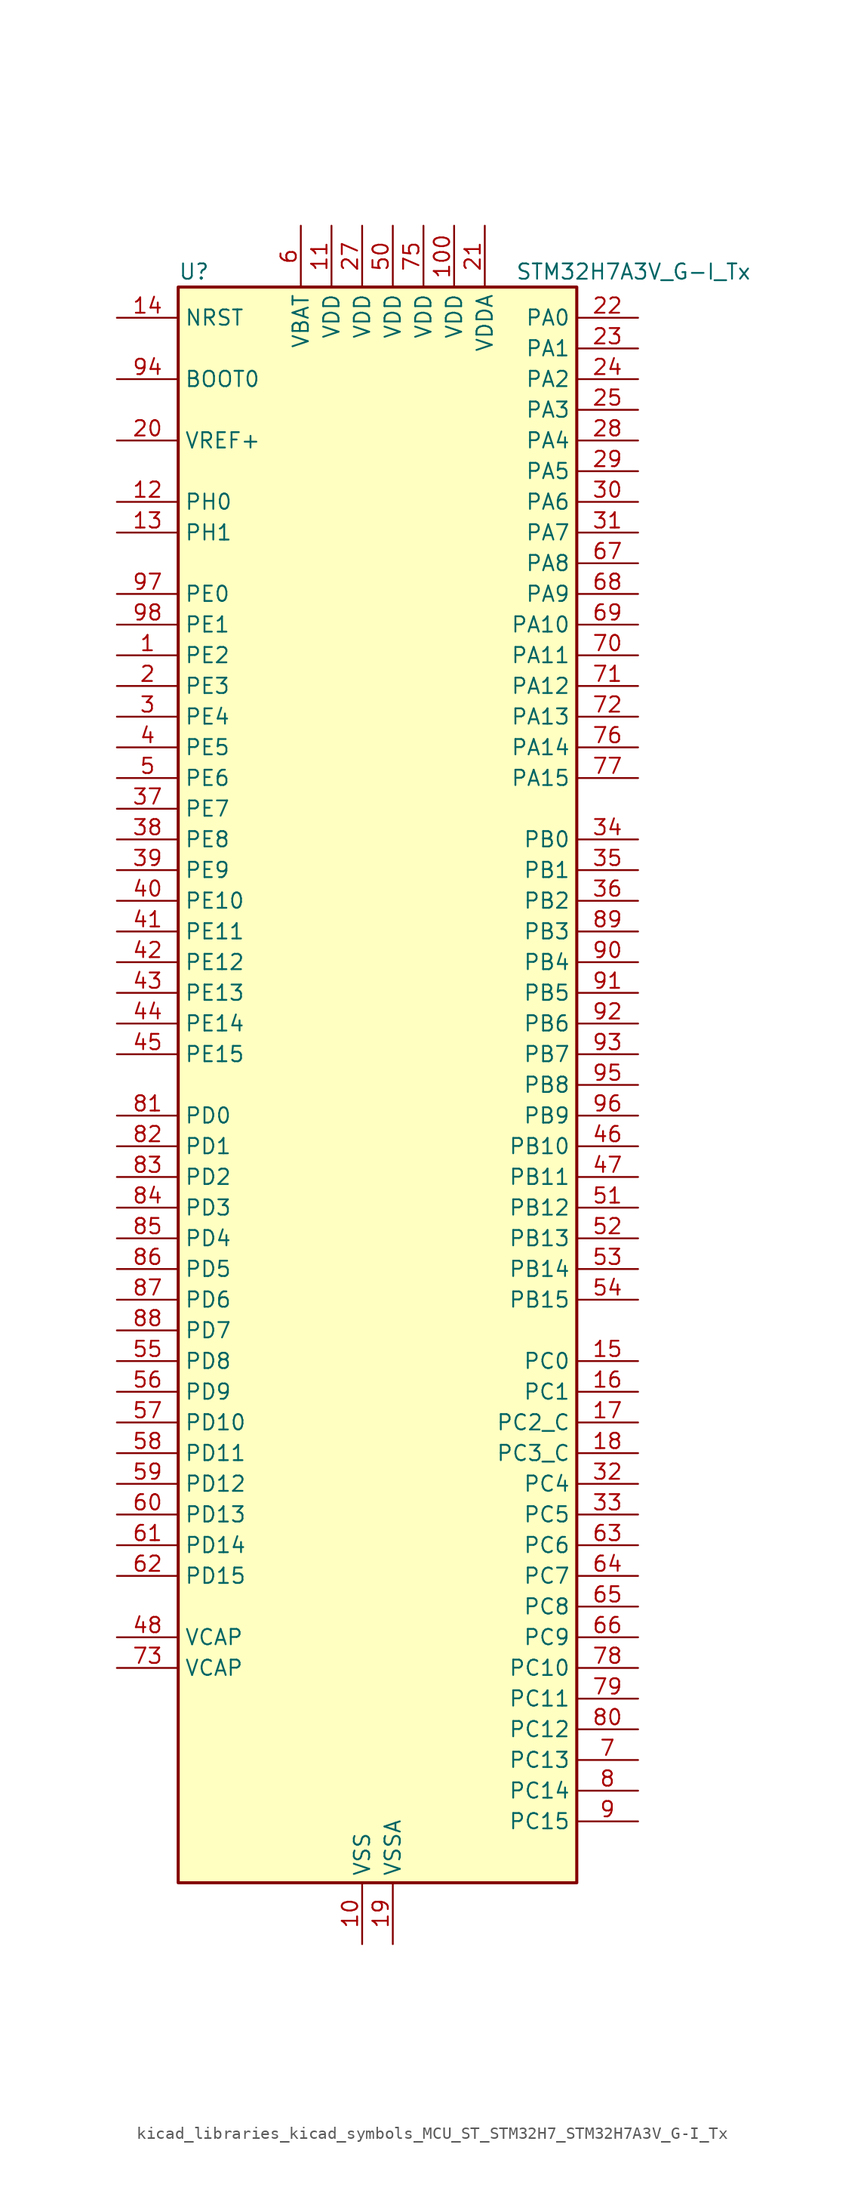
<source format=kicad_sym>
(kicad_symbol_lib
  (version 20220914)
  (generator kicad_symbol_editor)
  (symbol "kicad_libraries_kicad_symbols_MCU_ST_STM32H7_STM32H7A3V_G-I_Tx"
    (property "Reference" "U"
      (at -15.24 67.31 0)
      (effects (font (size 1.27 1.27)) (justify left)))
    (property "Value" "STM32H7A3V_G-I_Tx"
      (at 12.7 67.31 0)
      (effects (font (size 1.27 1.27)) (justify left)))
    (property "ki_locked" ""
      (at 0 0 0)
      (effects (font (size 1.27 1.27))))
    (symbol "kicad_libraries_kicad_symbols_MCU_ST_STM32H7_STM32H7A3V_G-I_Tx_0_1"
      (rectangle (start -15.24 -66.04) (end 17.78 66.04) (stroke (width 0.254) (type default)) (fill (type background))))
    (symbol "kicad_libraries_kicad_symbols_MCU_ST_STM32H7_STM32H7A3V_G-I_Tx_1_1"
      (pin bidirectional line (at -20.32 35.56 0) (length 5.08) (name "PE2" (effects (font (size 1.27 1.27)))) (number "1" (effects (font (size 1.27 1.27)))) (alternate "DEBUG_TRACECLK" bidirectional line) (alternate "FMC_A23" bidirectional line) (alternate "OCTOSPIM_P1_IO2" bidirectional line) (alternate "SAI1_CK1" bidirectional line) (alternate "SAI1_MCLK_A" bidirectional line) (alternate "SPI4_SCK" bidirectional line) (alternate "USART10_RX" bidirectional line))
      (pin power_in line (at 0 -71.12 90) (length 5.08) (name "VSS" (effects (font (size 1.27 1.27)))) (number "10" (effects (font (size 1.27 1.27)))))
      (pin power_in line (at 7.62 71.12 270) (length 5.08) (name "VDD" (effects (font (size 1.27 1.27)))) (number "100" (effects (font (size 1.27 1.27)))))
      (pin power_in line (at -2.54 71.12 270) (length 5.08) (name "VDD" (effects (font (size 1.27 1.27)))) (number "11" (effects (font (size 1.27 1.27)))))
      (pin bidirectional line (at -20.32 48.26 0) (length 5.08) (name "PH0" (effects (font (size 1.27 1.27)))) (number "12" (effects (font (size 1.27 1.27)))) (alternate "RCC_OSC_IN" bidirectional line))
      (pin bidirectional line (at -20.32 45.72 0) (length 5.08) (name "PH1" (effects (font (size 1.27 1.27)))) (number "13" (effects (font (size 1.27 1.27)))) (alternate "RCC_OSC_OUT" bidirectional line))
      (pin input line (at -20.32 63.5 0) (length 5.08) (name "NRST" (effects (font (size 1.27 1.27)))) (number "14" (effects (font (size 1.27 1.27)))))
      (pin bidirectional line (at 22.86 -22.86 180) (length 5.08) (name "PC0" (effects (font (size 1.27 1.27)))) (number "15" (effects (font (size 1.27 1.27)))) (alternate "ADC1_INP10" bidirectional line) (alternate "ADC2_INP10" bidirectional line) (alternate "DFSDM1_CKIN0" bidirectional line) (alternate "DFSDM1_DATIN4" bidirectional line) (alternate "FMC_A25" bidirectional line) (alternate "FMC_SDNWE" bidirectional line) (alternate "LTDC_G2" bidirectional line) (alternate "LTDC_R5" bidirectional line) (alternate "SAI2_FS_B" bidirectional line) (alternate "USB_OTG_HS_ULPI_STP" bidirectional line))
      (pin bidirectional line (at 22.86 -25.4 180) (length 5.08) (name "PC1" (effects (font (size 1.27 1.27)))) (number "16" (effects (font (size 1.27 1.27)))) (alternate "ADC1_INN10" bidirectional line) (alternate "ADC1_INP11" bidirectional line) (alternate "ADC2_INN10" bidirectional line) (alternate "ADC2_INP11" bidirectional line) (alternate "DEBUG_TRACED0" bidirectional line) (alternate "DFSDM1_CKIN4" bidirectional line) (alternate "DFSDM1_DATIN0" bidirectional line) (alternate "I2S2_SDO" bidirectional line) (alternate "LTDC_G5" bidirectional line) (alternate "MDIOS_MDC" bidirectional line) (alternate "OCTOSPIM_P1_IO4" bidirectional line) (alternate "PWR_WKUP6" bidirectional line) (alternate "RTC_TAMP3" bidirectional line) (alternate "SAI1_D1" bidirectional line) (alternate "SAI1_SD_A" bidirectional line) (alternate "SDMMC2_CK" bidirectional line) (alternate "SPI2_MOSI" bidirectional line))
      (pin bidirectional line (at 22.86 -27.94 180) (length 5.08) (name "PC2_C" (effects (font (size 1.27 1.27)))) (number "17" (effects (font (size 1.27 1.27)))) (alternate "ADC2_INN1" bidirectional line) (alternate "ADC2_INP0" bidirectional line) (alternate "DFSDM1_CKIN1" bidirectional line) (alternate "DFSDM1_CKOUT" bidirectional line) (alternate "FMC_SDNE0" bidirectional line) (alternate "I2S2_SDI" bidirectional line) (alternate "OCTOSPIM_P1_IO2" bidirectional line) (alternate "OCTOSPIM_P1_IO5" bidirectional line) (alternate "PWR_CSTOP" bidirectional line) (alternate "SPI2_MISO" bidirectional line) (alternate "USB_OTG_HS_ULPI_DIR" bidirectional line))
      (pin bidirectional line (at 22.86 -30.48 180) (length 5.08) (name "PC3_C" (effects (font (size 1.27 1.27)))) (number "18" (effects (font (size 1.27 1.27)))) (alternate "ADC2_INP1" bidirectional line) (alternate "DFSDM1_DATIN1" bidirectional line) (alternate "FMC_SDCKE0" bidirectional line) (alternate "I2S2_SDO" bidirectional line) (alternate "OCTOSPIM_P1_IO0" bidirectional line) (alternate "OCTOSPIM_P1_IO6" bidirectional line) (alternate "PWR_CSLEEP" bidirectional line) (alternate "SPI2_MOSI" bidirectional line) (alternate "USB_OTG_HS_ULPI_NXT" bidirectional line))
      (pin power_in line (at 2.54 -71.12 90) (length 5.08) (name "VSSA" (effects (font (size 1.27 1.27)))) (number "19" (effects (font (size 1.27 1.27)))))
      (pin bidirectional line (at -20.32 33.02 0) (length 5.08) (name "PE3" (effects (font (size 1.27 1.27)))) (number "2" (effects (font (size 1.27 1.27)))) (alternate "DEBUG_TRACED0" bidirectional line) (alternate "FMC_A19" bidirectional line) (alternate "SAI1_SD_B" bidirectional line) (alternate "TIM15_BKIN" bidirectional line) (alternate "USART10_TX" bidirectional line))
      (pin input line (at -20.32 53.34 0) (length 5.08) (name "VREF+" (effects (font (size 1.27 1.27)))) (number "20" (effects (font (size 1.27 1.27)))) (alternate "VREFBUF_OUT" bidirectional line))
      (pin power_in line (at 10.16 71.12 270) (length 5.08) (name "VDDA" (effects (font (size 1.27 1.27)))) (number "21" (effects (font (size 1.27 1.27)))))
      (pin bidirectional line (at 22.86 63.5 180) (length 5.08) (name "PA0" (effects (font (size 1.27 1.27)))) (number "22" (effects (font (size 1.27 1.27)))) (alternate "ADC1_INP16" bidirectional line) (alternate "I2S6_WS" bidirectional line) (alternate "PWR_WKUP1" bidirectional line) (alternate "SAI2_SD_B" bidirectional line) (alternate "SDMMC2_CMD" bidirectional line) (alternate "SPI6_NSS" bidirectional line) (alternate "TIM15_BKIN" bidirectional line) (alternate "TIM2_CH1" bidirectional line) (alternate "TIM2_ETR" bidirectional line) (alternate "TIM5_CH1" bidirectional line) (alternate "TIM8_ETR" bidirectional line) (alternate "UART4_TX" bidirectional line) (alternate "USART2_CTS" bidirectional line) (alternate "USART2_NSS" bidirectional line))
      (pin bidirectional line (at 22.86 60.96 180) (length 5.08) (name "PA1" (effects (font (size 1.27 1.27)))) (number "23" (effects (font (size 1.27 1.27)))) (alternate "ADC1_INN16" bidirectional line) (alternate "ADC1_INP17" bidirectional line) (alternate "LPTIM3_OUT" bidirectional line) (alternate "LTDC_R2" bidirectional line) (alternate "OCTOSPIM_P1_DQS" bidirectional line) (alternate "OCTOSPIM_P1_IO3" bidirectional line) (alternate "SAI2_MCLK_B" bidirectional line) (alternate "TIM15_CH1N" bidirectional line) (alternate "TIM2_CH2" bidirectional line) (alternate "TIM5_CH2" bidirectional line) (alternate "UART4_RX" bidirectional line) (alternate "USART2_DE" bidirectional line) (alternate "USART2_RTS" bidirectional line))
      (pin bidirectional line (at 22.86 58.42 180) (length 5.08) (name "PA2" (effects (font (size 1.27 1.27)))) (number "24" (effects (font (size 1.27 1.27)))) (alternate "ADC1_INP14" bidirectional line) (alternate "DFSDM2_CKIN1" bidirectional line) (alternate "LTDC_R1" bidirectional line) (alternate "MDIOS_MDIO" bidirectional line) (alternate "PWR_WKUP2" bidirectional line) (alternate "SAI2_SCK_B" bidirectional line) (alternate "TIM15_CH1" bidirectional line) (alternate "TIM2_CH3" bidirectional line) (alternate "TIM5_CH3" bidirectional line) (alternate "USART2_TX" bidirectional line))
      (pin bidirectional line (at 22.86 55.88 180) (length 5.08) (name "PA3" (effects (font (size 1.27 1.27)))) (number "25" (effects (font (size 1.27 1.27)))) (alternate "ADC1_INP15" bidirectional line) (alternate "I2S6_MCK" bidirectional line) (alternate "LTDC_B2" bidirectional line) (alternate "LTDC_B5" bidirectional line) (alternate "OCTOSPIM_P1_CLK" bidirectional line) (alternate "TIM15_CH2" bidirectional line) (alternate "TIM2_CH4" bidirectional line) (alternate "TIM5_CH4" bidirectional line) (alternate "USART2_RX" bidirectional line) (alternate "USB_OTG_HS_ULPI_D0" bidirectional line))
      (pin passive line (at 0 -71.12 90) (length 5.08) hide (name "VSS" (effects (font (size 1.27 1.27)))) (number "26" (effects (font (size 1.27 1.27)))))
      (pin power_in line (at 0 71.12 270) (length 5.08) (name "VDD" (effects (font (size 1.27 1.27)))) (number "27" (effects (font (size 1.27 1.27)))))
      (pin bidirectional line (at 22.86 53.34 180) (length 5.08) (name "PA4" (effects (font (size 1.27 1.27)))) (number "28" (effects (font (size 1.27 1.27)))) (alternate "ADC1_INP18" bidirectional line) (alternate "DAC1_OUT1" bidirectional line) (alternate "DCMI_HSYNC" bidirectional line) (alternate "I2S1_WS" bidirectional line) (alternate "I2S3_WS" bidirectional line) (alternate "I2S6_WS" bidirectional line) (alternate "LTDC_VSYNC" bidirectional line) (alternate "PSSI_DE" bidirectional line) (alternate "SPI1_NSS" bidirectional line) (alternate "SPI3_NSS" bidirectional line) (alternate "SPI6_NSS" bidirectional line) (alternate "TIM5_ETR" bidirectional line) (alternate "USART2_CK" bidirectional line))
      (pin bidirectional line (at 22.86 50.8 180) (length 5.08) (name "PA5" (effects (font (size 1.27 1.27)))) (number "29" (effects (font (size 1.27 1.27)))) (alternate "ADC1_INN18" bidirectional line) (alternate "ADC1_INP19" bidirectional line) (alternate "DAC1_OUT2" bidirectional line) (alternate "I2S1_CK" bidirectional line) (alternate "I2S6_CK" bidirectional line) (alternate "LTDC_R4" bidirectional line) (alternate "PSSI_D14" bidirectional line) (alternate "PWR_NDSTOP2" bidirectional line) (alternate "SPI1_SCK" bidirectional line) (alternate "SPI6_SCK" bidirectional line) (alternate "TIM2_CH1" bidirectional line) (alternate "TIM2_ETR" bidirectional line) (alternate "TIM8_CH1N" bidirectional line) (alternate "USB_OTG_HS_ULPI_CK" bidirectional line))
      (pin bidirectional line (at -20.32 30.48 0) (length 5.08) (name "PE4" (effects (font (size 1.27 1.27)))) (number "3" (effects (font (size 1.27 1.27)))) (alternate "DCMI_D4" bidirectional line) (alternate "DEBUG_TRACED1" bidirectional line) (alternate "DFSDM1_DATIN3" bidirectional line) (alternate "FMC_A20" bidirectional line) (alternate "LTDC_B0" bidirectional line) (alternate "PSSI_D4" bidirectional line) (alternate "SAI1_D2" bidirectional line) (alternate "SAI1_FS_A" bidirectional line) (alternate "SPI4_NSS" bidirectional line) (alternate "TIM15_CH1N" bidirectional line))
      (pin bidirectional line (at 22.86 48.26 180) (length 5.08) (name "PA6" (effects (font (size 1.27 1.27)))) (number "30" (effects (font (size 1.27 1.27)))) (alternate "ADC1_INP3" bidirectional line) (alternate "ADC2_INP3" bidirectional line) (alternate "DAC2_OUT1" bidirectional line) (alternate "DCMI_PIXCLK" bidirectional line) (alternate "I2S1_SDI" bidirectional line) (alternate "I2S6_SDI" bidirectional line) (alternate "LTDC_G2" bidirectional line) (alternate "MDIOS_MDC" bidirectional line) (alternate "OCTOSPIM_P1_IO3" bidirectional line) (alternate "PSSI_PDCK" bidirectional line) (alternate "SPI1_MISO" bidirectional line) (alternate "SPI6_MISO" bidirectional line) (alternate "TIM13_CH1" bidirectional line) (alternate "TIM1_BKIN" bidirectional line) (alternate "TIM1_BKIN_COMP1" bidirectional line) (alternate "TIM1_BKIN_COMP2" bidirectional line) (alternate "TIM3_CH1" bidirectional line) (alternate "TIM8_BKIN" bidirectional line) (alternate "TIM8_BKIN_COMP1" bidirectional line) (alternate "TIM8_BKIN_COMP2" bidirectional line))
      (pin bidirectional line (at 22.86 45.72 180) (length 5.08) (name "PA7" (effects (font (size 1.27 1.27)))) (number "31" (effects (font (size 1.27 1.27)))) (alternate "ADC1_INN3" bidirectional line) (alternate "ADC1_INP7" bidirectional line) (alternate "ADC2_INN3" bidirectional line) (alternate "ADC2_INP7" bidirectional line) (alternate "DFSDM2_DATIN1" bidirectional line) (alternate "FMC_SDNWE" bidirectional line) (alternate "I2S1_SDO" bidirectional line) (alternate "I2S6_SDO" bidirectional line) (alternate "LTDC_VSYNC" bidirectional line) (alternate "OCTOSPIM_P1_IO2" bidirectional line) (alternate "OPAMP1_VINM" bidirectional line) (alternate "SPI1_MOSI" bidirectional line) (alternate "SPI6_MOSI" bidirectional line) (alternate "TIM14_CH1" bidirectional line) (alternate "TIM1_CH1N" bidirectional line) (alternate "TIM3_CH2" bidirectional line) (alternate "TIM8_CH1N" bidirectional line))
      (pin bidirectional line (at 22.86 -33.02 180) (length 5.08) (name "PC4" (effects (font (size 1.27 1.27)))) (number "32" (effects (font (size 1.27 1.27)))) (alternate "ADC1_INP4" bidirectional line) (alternate "ADC2_INP4" bidirectional line) (alternate "COMP1_INM" bidirectional line) (alternate "DFSDM1_CKIN2" bidirectional line) (alternate "FMC_SDNE0" bidirectional line) (alternate "I2S1_MCK" bidirectional line) (alternate "LTDC_R7" bidirectional line) (alternate "OPAMP1_VOUT" bidirectional line) (alternate "SPDIFRX_IN2" bidirectional line))
      (pin bidirectional line (at 22.86 -35.56 180) (length 5.08) (name "PC5" (effects (font (size 1.27 1.27)))) (number "33" (effects (font (size 1.27 1.27)))) (alternate "ADC1_INN4" bidirectional line) (alternate "ADC1_INP8" bidirectional line) (alternate "ADC2_INN4" bidirectional line) (alternate "ADC2_INP8" bidirectional line) (alternate "COMP1_OUT" bidirectional line) (alternate "DFSDM1_DATIN2" bidirectional line) (alternate "FMC_SDCKE0" bidirectional line) (alternate "LTDC_DE" bidirectional line) (alternate "OCTOSPIM_P1_DQS" bidirectional line) (alternate "OPAMP1_VINM" bidirectional line) (alternate "PSSI_D15" bidirectional line) (alternate "SAI1_D3" bidirectional line) (alternate "SPDIFRX_IN3" bidirectional line))
      (pin bidirectional line (at 22.86 20.32 180) (length 5.08) (name "PB0" (effects (font (size 1.27 1.27)))) (number "34" (effects (font (size 1.27 1.27)))) (alternate "ADC1_INN5" bidirectional line) (alternate "ADC1_INP9" bidirectional line) (alternate "ADC2_INN5" bidirectional line) (alternate "ADC2_INP9" bidirectional line) (alternate "COMP1_INP" bidirectional line) (alternate "DFSDM1_CKOUT" bidirectional line) (alternate "DFSDM2_CKOUT" bidirectional line) (alternate "LTDC_G1" bidirectional line) (alternate "LTDC_R3" bidirectional line) (alternate "OCTOSPIM_P1_IO1" bidirectional line) (alternate "OPAMP1_VINP" bidirectional line) (alternate "TIM1_CH2N" bidirectional line) (alternate "TIM3_CH3" bidirectional line) (alternate "TIM8_CH2N" bidirectional line) (alternate "UART4_CTS" bidirectional line) (alternate "USB_OTG_HS_ULPI_D1" bidirectional line))
      (pin bidirectional line (at 22.86 17.78 180) (length 5.08) (name "PB1" (effects (font (size 1.27 1.27)))) (number "35" (effects (font (size 1.27 1.27)))) (alternate "ADC1_INP5" bidirectional line) (alternate "ADC2_INP5" bidirectional line) (alternate "COMP1_INM" bidirectional line) (alternate "DFSDM1_DATIN1" bidirectional line) (alternate "LTDC_G0" bidirectional line) (alternate "LTDC_R6" bidirectional line) (alternate "OCTOSPIM_P1_IO0" bidirectional line) (alternate "TIM1_CH3N" bidirectional line) (alternate "TIM3_CH4" bidirectional line) (alternate "TIM8_CH3N" bidirectional line) (alternate "USB_OTG_HS_ULPI_D2" bidirectional line))
      (pin bidirectional line (at 22.86 15.24 180) (length 5.08) (name "PB2" (effects (font (size 1.27 1.27)))) (number "36" (effects (font (size 1.27 1.27)))) (alternate "COMP1_INP" bidirectional line) (alternate "DFSDM1_CKIN1" bidirectional line) (alternate "I2S3_SDO" bidirectional line) (alternate "OCTOSPIM_P1_CLK" bidirectional line) (alternate "OCTOSPIM_P1_DQS" bidirectional line) (alternate "RTC_OUT_ALARM" bidirectional line) (alternate "RTC_OUT_CALIB" bidirectional line) (alternate "SAI1_D1" bidirectional line) (alternate "SAI1_SD_A" bidirectional line) (alternate "SPI3_MOSI" bidirectional line))
      (pin bidirectional line (at -20.32 22.86 0) (length 5.08) (name "PE7" (effects (font (size 1.27 1.27)))) (number "37" (effects (font (size 1.27 1.27)))) (alternate "COMP2_INM" bidirectional line) (alternate "DFSDM1_DATIN2" bidirectional line) (alternate "FMC_D4" bidirectional line) (alternate "FMC_DA4" bidirectional line) (alternate "OCTOSPIM_P1_IO4" bidirectional line) (alternate "OPAMP2_VOUT" bidirectional line) (alternate "TIM1_ETR" bidirectional line) (alternate "UART7_RX" bidirectional line))
      (pin bidirectional line (at -20.32 20.32 0) (length 5.08) (name "PE8" (effects (font (size 1.27 1.27)))) (number "38" (effects (font (size 1.27 1.27)))) (alternate "COMP2_OUT" bidirectional line) (alternate "DFSDM1_CKIN2" bidirectional line) (alternate "FMC_D5" bidirectional line) (alternate "FMC_DA5" bidirectional line) (alternate "OCTOSPIM_P1_IO5" bidirectional line) (alternate "OPAMP2_VINM" bidirectional line) (alternate "TIM1_CH1N" bidirectional line) (alternate "UART7_TX" bidirectional line))
      (pin bidirectional line (at -20.32 17.78 0) (length 5.08) (name "PE9" (effects (font (size 1.27 1.27)))) (number "39" (effects (font (size 1.27 1.27)))) (alternate "COMP2_INP" bidirectional line) (alternate "DAC1_EXTI9" bidirectional line) (alternate "DFSDM1_CKOUT" bidirectional line) (alternate "FMC_D6" bidirectional line) (alternate "FMC_DA6" bidirectional line) (alternate "OCTOSPIM_P1_IO6" bidirectional line) (alternate "OPAMP2_VINP" bidirectional line) (alternate "TIM1_CH1" bidirectional line) (alternate "UART7_DE" bidirectional line) (alternate "UART7_RTS" bidirectional line))
      (pin bidirectional line (at -20.32 27.94 0) (length 5.08) (name "PE5" (effects (font (size 1.27 1.27)))) (number "4" (effects (font (size 1.27 1.27)))) (alternate "DCMI_D6" bidirectional line) (alternate "DEBUG_TRACED2" bidirectional line) (alternate "DFSDM1_CKIN3" bidirectional line) (alternate "FMC_A21" bidirectional line) (alternate "LTDC_G0" bidirectional line) (alternate "PSSI_D6" bidirectional line) (alternate "SAI1_CK2" bidirectional line) (alternate "SAI1_SCK_A" bidirectional line) (alternate "SPI4_MISO" bidirectional line) (alternate "TIM15_CH1" bidirectional line))
      (pin bidirectional line (at -20.32 15.24 0) (length 5.08) (name "PE10" (effects (font (size 1.27 1.27)))) (number "40" (effects (font (size 1.27 1.27)))) (alternate "COMP2_INM" bidirectional line) (alternate "DFSDM1_DATIN4" bidirectional line) (alternate "FMC_D7" bidirectional line) (alternate "FMC_DA7" bidirectional line) (alternate "OCTOSPIM_P1_IO7" bidirectional line) (alternate "TIM1_CH2N" bidirectional line) (alternate "UART7_CTS" bidirectional line))
      (pin bidirectional line (at -20.32 12.7 0) (length 5.08) (name "PE11" (effects (font (size 1.27 1.27)))) (number "41" (effects (font (size 1.27 1.27)))) (alternate "ADC1_EXTI11" bidirectional line) (alternate "ADC2_EXTI11" bidirectional line) (alternate "COMP2_INP" bidirectional line) (alternate "DFSDM1_CKIN4" bidirectional line) (alternate "FMC_D8" bidirectional line) (alternate "FMC_DA8" bidirectional line) (alternate "LTDC_G3" bidirectional line) (alternate "OCTOSPIM_P1_NCS" bidirectional line) (alternate "SAI2_SD_B" bidirectional line) (alternate "SPI4_NSS" bidirectional line) (alternate "TIM1_CH2" bidirectional line))
      (pin bidirectional line (at -20.32 10.16 0) (length 5.08) (name "PE12" (effects (font (size 1.27 1.27)))) (number "42" (effects (font (size 1.27 1.27)))) (alternate "COMP1_OUT" bidirectional line) (alternate "DFSDM1_DATIN5" bidirectional line) (alternate "FMC_D9" bidirectional line) (alternate "FMC_DA9" bidirectional line) (alternate "LTDC_B4" bidirectional line) (alternate "SAI2_SCK_B" bidirectional line) (alternate "SPI4_SCK" bidirectional line) (alternate "TIM1_CH3N" bidirectional line))
      (pin bidirectional line (at -20.32 7.62 0) (length 5.08) (name "PE13" (effects (font (size 1.27 1.27)))) (number "43" (effects (font (size 1.27 1.27)))) (alternate "COMP2_OUT" bidirectional line) (alternate "DFSDM1_CKIN5" bidirectional line) (alternate "FMC_D10" bidirectional line) (alternate "FMC_DA10" bidirectional line) (alternate "LTDC_DE" bidirectional line) (alternate "SAI2_FS_B" bidirectional line) (alternate "SPI4_MISO" bidirectional line) (alternate "TIM1_CH3" bidirectional line))
      (pin bidirectional line (at -20.32 5.08 0) (length 5.08) (name "PE14" (effects (font (size 1.27 1.27)))) (number "44" (effects (font (size 1.27 1.27)))) (alternate "FMC_D11" bidirectional line) (alternate "FMC_DA11" bidirectional line) (alternate "LTDC_CLK" bidirectional line) (alternate "SAI2_MCLK_B" bidirectional line) (alternate "SPI4_MOSI" bidirectional line) (alternate "TIM1_CH4" bidirectional line))
      (pin bidirectional line (at -20.32 2.54 0) (length 5.08) (name "PE15" (effects (font (size 1.27 1.27)))) (number "45" (effects (font (size 1.27 1.27)))) (alternate "ADC1_EXTI15" bidirectional line) (alternate "ADC2_EXTI15" bidirectional line) (alternate "FMC_D12" bidirectional line) (alternate "FMC_DA12" bidirectional line) (alternate "LTDC_R7" bidirectional line) (alternate "TIM1_BKIN" bidirectional line) (alternate "TIM1_BKIN_COMP1" bidirectional line) (alternate "TIM1_BKIN_COMP2" bidirectional line) (alternate "USART10_CK" bidirectional line))
      (pin bidirectional line (at 22.86 -5.08 180) (length 5.08) (name "PB10" (effects (font (size 1.27 1.27)))) (number "46" (effects (font (size 1.27 1.27)))) (alternate "DFSDM1_DATIN7" bidirectional line) (alternate "I2C2_SCL" bidirectional line) (alternate "I2S2_CK" bidirectional line) (alternate "LPTIM2_IN1" bidirectional line) (alternate "LTDC_G4" bidirectional line) (alternate "OCTOSPIM_P1_NCS" bidirectional line) (alternate "SPI2_SCK" bidirectional line) (alternate "TIM2_CH3" bidirectional line) (alternate "USART3_TX" bidirectional line) (alternate "USB_OTG_HS_ULPI_D3" bidirectional line))
      (pin bidirectional line (at 22.86 -7.62 180) (length 5.08) (name "PB11" (effects (font (size 1.27 1.27)))) (number "47" (effects (font (size 1.27 1.27)))) (alternate "ADC1_EXTI11" bidirectional line) (alternate "ADC2_EXTI11" bidirectional line) (alternate "DFSDM1_CKIN7" bidirectional line) (alternate "I2C2_SDA" bidirectional line) (alternate "LPTIM2_ETR" bidirectional line) (alternate "LTDC_G5" bidirectional line) (alternate "TIM2_CH4" bidirectional line) (alternate "USART3_RX" bidirectional line) (alternate "USB_OTG_HS_ULPI_D4" bidirectional line))
      (pin power_out line (at -20.32 -45.72 0) (length 5.08) (name "VCAP" (effects (font (size 1.27 1.27)))) (number "48" (effects (font (size 1.27 1.27)))))
      (pin passive line (at 0 -71.12 90) (length 5.08) hide (name "VSS" (effects (font (size 1.27 1.27)))) (number "49" (effects (font (size 1.27 1.27)))))
      (pin bidirectional line (at -20.32 25.4 0) (length 5.08) (name "PE6" (effects (font (size 1.27 1.27)))) (number "5" (effects (font (size 1.27 1.27)))) (alternate "DCMI_D7" bidirectional line) (alternate "DEBUG_TRACED3" bidirectional line) (alternate "FMC_A22" bidirectional line) (alternate "LTDC_G1" bidirectional line) (alternate "PSSI_D7" bidirectional line) (alternate "SAI1_D1" bidirectional line) (alternate "SAI1_SD_A" bidirectional line) (alternate "SAI2_MCLK_B" bidirectional line) (alternate "SPI4_MOSI" bidirectional line) (alternate "TIM15_CH2" bidirectional line) (alternate "TIM1_BKIN2" bidirectional line) (alternate "TIM1_BKIN2_COMP1" bidirectional line) (alternate "TIM1_BKIN2_COMP2" bidirectional line))
      (pin power_in line (at 2.54 71.12 270) (length 5.08) (name "VDD" (effects (font (size 1.27 1.27)))) (number "50" (effects (font (size 1.27 1.27)))))
      (pin bidirectional line (at 22.86 -10.16 180) (length 5.08) (name "PB12" (effects (font (size 1.27 1.27)))) (number "51" (effects (font (size 1.27 1.27)))) (alternate "DFSDM1_DATIN1" bidirectional line) (alternate "DFSDM2_DATIN1" bidirectional line) (alternate "FDCAN2_RX" bidirectional line) (alternate "I2C2_SMBA" bidirectional line) (alternate "I2S2_WS" bidirectional line) (alternate "OCTOSPIM_P1_NCLK" bidirectional line) (alternate "SPI2_NSS" bidirectional line) (alternate "TIM1_BKIN" bidirectional line) (alternate "TIM1_BKIN_COMP1" bidirectional line) (alternate "TIM1_BKIN_COMP2" bidirectional line) (alternate "UART5_RX" bidirectional line) (alternate "USART3_CK" bidirectional line) (alternate "USB_OTG_HS_ULPI_D5" bidirectional line))
      (pin bidirectional line (at 22.86 -12.7 180) (length 5.08) (name "PB13" (effects (font (size 1.27 1.27)))) (number "52" (effects (font (size 1.27 1.27)))) (alternate "DCMI_D2" bidirectional line) (alternate "DFSDM1_CKIN1" bidirectional line) (alternate "DFSDM2_CKIN1" bidirectional line) (alternate "FDCAN2_TX" bidirectional line) (alternate "I2S2_CK" bidirectional line) (alternate "LPTIM2_OUT" bidirectional line) (alternate "PSSI_D2" bidirectional line) (alternate "SDMMC1_D0" bidirectional line) (alternate "SPI2_SCK" bidirectional line) (alternate "TIM1_CH1N" bidirectional line) (alternate "UART5_TX" bidirectional line) (alternate "USART3_CTS" bidirectional line) (alternate "USART3_NSS" bidirectional line) (alternate "USB_OTG_HS_ULPI_D6" bidirectional line))
      (pin bidirectional line (at 22.86 -15.24 180) (length 5.08) (name "PB14" (effects (font (size 1.27 1.27)))) (number "53" (effects (font (size 1.27 1.27)))) (alternate "DFSDM1_DATIN2" bidirectional line) (alternate "I2S2_SDI" bidirectional line) (alternate "LTDC_CLK" bidirectional line) (alternate "SDMMC2_D0" bidirectional line) (alternate "SPI2_MISO" bidirectional line) (alternate "TIM12_CH1" bidirectional line) (alternate "TIM1_CH2N" bidirectional line) (alternate "TIM8_CH2N" bidirectional line) (alternate "UART4_DE" bidirectional line) (alternate "UART4_RTS" bidirectional line) (alternate "USART1_TX" bidirectional line) (alternate "USART3_DE" bidirectional line) (alternate "USART3_RTS" bidirectional line))
      (pin bidirectional line (at 22.86 -17.78 180) (length 5.08) (name "PB15" (effects (font (size 1.27 1.27)))) (number "54" (effects (font (size 1.27 1.27)))) (alternate "ADC1_EXTI15" bidirectional line) (alternate "ADC2_EXTI15" bidirectional line) (alternate "DFSDM1_CKIN2" bidirectional line) (alternate "I2S2_SDO" bidirectional line) (alternate "LTDC_G7" bidirectional line) (alternate "RTC_REFIN" bidirectional line) (alternate "SDMMC2_D1" bidirectional line) (alternate "SPI2_MOSI" bidirectional line) (alternate "TIM12_CH2" bidirectional line) (alternate "TIM1_CH3N" bidirectional line) (alternate "TIM8_CH3N" bidirectional line) (alternate "UART4_CTS" bidirectional line) (alternate "USART1_RX" bidirectional line))
      (pin bidirectional line (at -20.32 -22.86 0) (length 5.08) (name "PD8" (effects (font (size 1.27 1.27)))) (number "55" (effects (font (size 1.27 1.27)))) (alternate "DFSDM1_CKIN3" bidirectional line) (alternate "FMC_D13" bidirectional line) (alternate "FMC_DA13" bidirectional line) (alternate "SPDIFRX_IN1" bidirectional line) (alternate "USART3_TX" bidirectional line))
      (pin bidirectional line (at -20.32 -25.4 0) (length 5.08) (name "PD9" (effects (font (size 1.27 1.27)))) (number "56" (effects (font (size 1.27 1.27)))) (alternate "DAC1_EXTI9" bidirectional line) (alternate "DFSDM1_DATIN3" bidirectional line) (alternate "FMC_D14" bidirectional line) (alternate "FMC_DA14" bidirectional line) (alternate "USART3_RX" bidirectional line))
      (pin bidirectional line (at -20.32 -27.94 0) (length 5.08) (name "PD10" (effects (font (size 1.27 1.27)))) (number "57" (effects (font (size 1.27 1.27)))) (alternate "DFSDM1_CKOUT" bidirectional line) (alternate "DFSDM2_CKOUT" bidirectional line) (alternate "FMC_D15" bidirectional line) (alternate "FMC_DA15" bidirectional line) (alternate "LTDC_B3" bidirectional line) (alternate "USART3_CK" bidirectional line))
      (pin bidirectional line (at -20.32 -30.48 0) (length 5.08) (name "PD11" (effects (font (size 1.27 1.27)))) (number "58" (effects (font (size 1.27 1.27)))) (alternate "ADC1_EXTI11" bidirectional line) (alternate "ADC2_EXTI11" bidirectional line) (alternate "FMC_A16" bidirectional line) (alternate "FMC_CLE" bidirectional line) (alternate "I2C4_SMBA" bidirectional line) (alternate "LPTIM2_IN2" bidirectional line) (alternate "OCTOSPIM_P1_IO0" bidirectional line) (alternate "SAI2_SD_A" bidirectional line) (alternate "USART3_CTS" bidirectional line) (alternate "USART3_NSS" bidirectional line))
      (pin bidirectional line (at -20.32 -33.02 0) (length 5.08) (name "PD12" (effects (font (size 1.27 1.27)))) (number "59" (effects (font (size 1.27 1.27)))) (alternate "DCMI_D12" bidirectional line) (alternate "FMC_A17" bidirectional line) (alternate "FMC_ALE" bidirectional line) (alternate "I2C4_SCL" bidirectional line) (alternate "LPTIM1_IN1" bidirectional line) (alternate "LPTIM2_IN1" bidirectional line) (alternate "OCTOSPIM_P1_IO1" bidirectional line) (alternate "PSSI_D12" bidirectional line) (alternate "SAI2_FS_A" bidirectional line) (alternate "TIM4_CH1" bidirectional line) (alternate "USART3_DE" bidirectional line) (alternate "USART3_RTS" bidirectional line))
      (pin power_in line (at -5.08 71.12 270) (length 5.08) (name "VBAT" (effects (font (size 1.27 1.27)))) (number "6" (effects (font (size 1.27 1.27)))))
      (pin bidirectional line (at -20.32 -35.56 0) (length 5.08) (name "PD13" (effects (font (size 1.27 1.27)))) (number "60" (effects (font (size 1.27 1.27)))) (alternate "DCMI_D13" bidirectional line) (alternate "FMC_A18" bidirectional line) (alternate "I2C4_SDA" bidirectional line) (alternate "LPTIM1_OUT" bidirectional line) (alternate "OCTOSPIM_P1_IO3" bidirectional line) (alternate "PSSI_D13" bidirectional line) (alternate "SAI2_SCK_A" bidirectional line) (alternate "TIM4_CH2" bidirectional line) (alternate "UART9_DE" bidirectional line) (alternate "UART9_RTS" bidirectional line))
      (pin bidirectional line (at -20.32 -38.1 0) (length 5.08) (name "PD14" (effects (font (size 1.27 1.27)))) (number "61" (effects (font (size 1.27 1.27)))) (alternate "FMC_D0" bidirectional line) (alternate "FMC_DA0" bidirectional line) (alternate "TIM4_CH3" bidirectional line) (alternate "UART8_CTS" bidirectional line) (alternate "UART9_RX" bidirectional line))
      (pin bidirectional line (at -20.32 -40.64 0) (length 5.08) (name "PD15" (effects (font (size 1.27 1.27)))) (number "62" (effects (font (size 1.27 1.27)))) (alternate "ADC1_EXTI15" bidirectional line) (alternate "ADC2_EXTI15" bidirectional line) (alternate "FMC_D1" bidirectional line) (alternate "FMC_DA1" bidirectional line) (alternate "TIM4_CH4" bidirectional line) (alternate "UART8_DE" bidirectional line) (alternate "UART8_RTS" bidirectional line) (alternate "UART9_TX" bidirectional line))
      (pin bidirectional line (at 22.86 -38.1 180) (length 5.08) (name "PC6" (effects (font (size 1.27 1.27)))) (number "63" (effects (font (size 1.27 1.27)))) (alternate "DCMI_D0" bidirectional line) (alternate "DFSDM1_CKIN3" bidirectional line) (alternate "FMC_NWAIT" bidirectional line) (alternate "I2S2_MCK" bidirectional line) (alternate "LTDC_HSYNC" bidirectional line) (alternate "PSSI_D0" bidirectional line) (alternate "SDMMC1_D0DIR" bidirectional line) (alternate "SDMMC1_D6" bidirectional line) (alternate "SDMMC2_D6" bidirectional line) (alternate "SWPMI1_IO" bidirectional line) (alternate "TIM3_CH1" bidirectional line) (alternate "TIM8_CH1" bidirectional line) (alternate "USART6_TX" bidirectional line))
      (pin bidirectional line (at 22.86 -40.64 180) (length 5.08) (name "PC7" (effects (font (size 1.27 1.27)))) (number "64" (effects (font (size 1.27 1.27)))) (alternate "DCMI_D1" bidirectional line) (alternate "DEBUG_TRGIO" bidirectional line) (alternate "DFSDM1_DATIN3" bidirectional line) (alternate "FMC_NE1" bidirectional line) (alternate "I2S3_MCK" bidirectional line) (alternate "LTDC_G6" bidirectional line) (alternate "PSSI_D1" bidirectional line) (alternate "SDMMC1_D123DIR" bidirectional line) (alternate "SDMMC1_D7" bidirectional line) (alternate "SDMMC2_D7" bidirectional line) (alternate "SWPMI1_TX" bidirectional line) (alternate "TIM3_CH2" bidirectional line) (alternate "TIM8_CH2" bidirectional line) (alternate "USART6_RX" bidirectional line))
      (pin bidirectional line (at 22.86 -43.18 180) (length 5.08) (name "PC8" (effects (font (size 1.27 1.27)))) (number "65" (effects (font (size 1.27 1.27)))) (alternate "DCMI_D2" bidirectional line) (alternate "DEBUG_TRACED1" bidirectional line) (alternate "FMC_INT" bidirectional line) (alternate "FMC_NCE" bidirectional line) (alternate "FMC_NE2" bidirectional line) (alternate "PSSI_D2" bidirectional line) (alternate "SDMMC1_D0" bidirectional line) (alternate "SWPMI1_RX" bidirectional line) (alternate "TIM3_CH3" bidirectional line) (alternate "TIM8_CH3" bidirectional line) (alternate "UART5_DE" bidirectional line) (alternate "UART5_RTS" bidirectional line) (alternate "USART6_CK" bidirectional line))
      (pin bidirectional line (at 22.86 -45.72 180) (length 5.08) (name "PC9" (effects (font (size 1.27 1.27)))) (number "66" (effects (font (size 1.27 1.27)))) (alternate "DAC1_EXTI9" bidirectional line) (alternate "DCMI_D3" bidirectional line) (alternate "I2C3_SDA" bidirectional line) (alternate "I2S_CKIN" bidirectional line) (alternate "LTDC_B2" bidirectional line) (alternate "LTDC_G3" bidirectional line) (alternate "OCTOSPIM_P1_IO0" bidirectional line) (alternate "PSSI_D3" bidirectional line) (alternate "RCC_MCO_2" bidirectional line) (alternate "SDMMC1_D1" bidirectional line) (alternate "SWPMI1_SUSPEND" bidirectional line) (alternate "TIM3_CH4" bidirectional line) (alternate "TIM8_CH4" bidirectional line) (alternate "UART5_CTS" bidirectional line))
      (pin bidirectional line (at 22.86 43.18 180) (length 5.08) (name "PA8" (effects (font (size 1.27 1.27)))) (number "67" (effects (font (size 1.27 1.27)))) (alternate "I2C3_SCL" bidirectional line) (alternate "LTDC_B3" bidirectional line) (alternate "LTDC_R6" bidirectional line) (alternate "RCC_MCO_1" bidirectional line) (alternate "TIM1_CH1" bidirectional line) (alternate "TIM8_BKIN2" bidirectional line) (alternate "TIM8_BKIN2_COMP1" bidirectional line) (alternate "TIM8_BKIN2_COMP2" bidirectional line) (alternate "UART7_RX" bidirectional line) (alternate "USART1_CK" bidirectional line) (alternate "USB_OTG_HS_SOF" bidirectional line))
      (pin bidirectional line (at 22.86 40.64 180) (length 5.08) (name "PA9" (effects (font (size 1.27 1.27)))) (number "68" (effects (font (size 1.27 1.27)))) (alternate "DAC1_EXTI9" bidirectional line) (alternate "DCMI_D0" bidirectional line) (alternate "I2C3_SMBA" bidirectional line) (alternate "I2S2_CK" bidirectional line) (alternate "LPUART1_TX" bidirectional line) (alternate "LTDC_R5" bidirectional line) (alternate "PSSI_D0" bidirectional line) (alternate "SPI2_SCK" bidirectional line) (alternate "TIM1_CH2" bidirectional line) (alternate "USART1_TX" bidirectional line) (alternate "USB_OTG_HS_VBUS" bidirectional line))
      (pin bidirectional line (at 22.86 38.1 180) (length 5.08) (name "PA10" (effects (font (size 1.27 1.27)))) (number "69" (effects (font (size 1.27 1.27)))) (alternate "DCMI_D1" bidirectional line) (alternate "LPUART1_RX" bidirectional line) (alternate "LTDC_B1" bidirectional line) (alternate "LTDC_B4" bidirectional line) (alternate "MDIOS_MDIO" bidirectional line) (alternate "PSSI_D1" bidirectional line) (alternate "TIM1_CH3" bidirectional line) (alternate "USART1_RX" bidirectional line) (alternate "USB_OTG_HS_ID" bidirectional line))
      (pin bidirectional line (at 22.86 -55.88 180) (length 5.08) (name "PC13" (effects (font (size 1.27 1.27)))) (number "7" (effects (font (size 1.27 1.27)))) (alternate "PWR_WKUP4" bidirectional line) (alternate "RTC_OUT_ALARM" bidirectional line) (alternate "RTC_OUT_CALIB" bidirectional line) (alternate "RTC_TAMP1" bidirectional line) (alternate "RTC_TS" bidirectional line))
      (pin bidirectional line (at 22.86 35.56 180) (length 5.08) (name "PA11" (effects (font (size 1.27 1.27)))) (number "70" (effects (font (size 1.27 1.27)))) (alternate "ADC1_EXTI11" bidirectional line) (alternate "ADC2_EXTI11" bidirectional line) (alternate "FDCAN1_RX" bidirectional line) (alternate "I2S2_WS" bidirectional line) (alternate "LPUART1_CTS" bidirectional line) (alternate "LTDC_R4" bidirectional line) (alternate "SPI2_NSS" bidirectional line) (alternate "TIM1_CH4" bidirectional line) (alternate "UART4_RX" bidirectional line) (alternate "USART1_CTS" bidirectional line) (alternate "USART1_NSS" bidirectional line) (alternate "USB_OTG_HS_DM" bidirectional line))
      (pin bidirectional line (at 22.86 33.02 180) (length 5.08) (name "PA12" (effects (font (size 1.27 1.27)))) (number "71" (effects (font (size 1.27 1.27)))) (alternate "FDCAN1_TX" bidirectional line) (alternate "I2S2_CK" bidirectional line) (alternate "LPUART1_DE" bidirectional line) (alternate "LPUART1_RTS" bidirectional line) (alternate "LTDC_R5" bidirectional line) (alternate "SAI2_FS_B" bidirectional line) (alternate "SPI2_SCK" bidirectional line) (alternate "TIM1_ETR" bidirectional line) (alternate "UART4_TX" bidirectional line) (alternate "USART1_DE" bidirectional line) (alternate "USART1_RTS" bidirectional line) (alternate "USB_OTG_HS_DP" bidirectional line))
      (pin bidirectional line (at 22.86 30.48 180) (length 5.08) (name "PA13" (effects (font (size 1.27 1.27)))) (number "72" (effects (font (size 1.27 1.27)))) (alternate "DEBUG_JTMS-SWDIO" bidirectional line))
      (pin power_out line (at -20.32 -48.26 0) (length 5.08) (name "VCAP" (effects (font (size 1.27 1.27)))) (number "73" (effects (font (size 1.27 1.27)))))
      (pin passive line (at 0 -71.12 90) (length 5.08) hide (name "VSS" (effects (font (size 1.27 1.27)))) (number "74" (effects (font (size 1.27 1.27)))))
      (pin power_in line (at 5.08 71.12 270) (length 5.08) (name "VDD" (effects (font (size 1.27 1.27)))) (number "75" (effects (font (size 1.27 1.27)))))
      (pin bidirectional line (at 22.86 27.94 180) (length 5.08) (name "PA14" (effects (font (size 1.27 1.27)))) (number "76" (effects (font (size 1.27 1.27)))) (alternate "DEBUG_JTCK-SWCLK" bidirectional line))
      (pin bidirectional line (at 22.86 25.4 180) (length 5.08) (name "PA15" (effects (font (size 1.27 1.27)))) (number "77" (effects (font (size 1.27 1.27)))) (alternate "ADC1_EXTI15" bidirectional line) (alternate "ADC2_EXTI15" bidirectional line) (alternate "CEC" bidirectional line) (alternate "DEBUG_JTDI" bidirectional line) (alternate "I2S1_WS" bidirectional line) (alternate "I2S3_WS" bidirectional line) (alternate "I2S6_WS" bidirectional line) (alternate "LTDC_B6" bidirectional line) (alternate "LTDC_R3" bidirectional line) (alternate "SPI1_NSS" bidirectional line) (alternate "SPI3_NSS" bidirectional line) (alternate "SPI6_NSS" bidirectional line) (alternate "TIM2_CH1" bidirectional line) (alternate "TIM2_ETR" bidirectional line) (alternate "UART4_DE" bidirectional line) (alternate "UART4_RTS" bidirectional line) (alternate "UART7_TX" bidirectional line))
      (pin bidirectional line (at 22.86 -48.26 180) (length 5.08) (name "PC10" (effects (font (size 1.27 1.27)))) (number "78" (effects (font (size 1.27 1.27)))) (alternate "DCMI_D8" bidirectional line) (alternate "DFSDM1_CKIN5" bidirectional line) (alternate "DFSDM2_CKIN0" bidirectional line) (alternate "I2S3_CK" bidirectional line) (alternate "LTDC_B1" bidirectional line) (alternate "LTDC_R2" bidirectional line) (alternate "OCTOSPIM_P1_IO1" bidirectional line) (alternate "PSSI_D8" bidirectional line) (alternate "SDMMC1_D2" bidirectional line) (alternate "SPI3_SCK" bidirectional line) (alternate "SWPMI1_RX" bidirectional line) (alternate "UART4_TX" bidirectional line) (alternate "USART3_TX" bidirectional line))
      (pin bidirectional line (at 22.86 -50.8 180) (length 5.08) (name "PC11" (effects (font (size 1.27 1.27)))) (number "79" (effects (font (size 1.27 1.27)))) (alternate "ADC1_EXTI11" bidirectional line) (alternate "ADC2_EXTI11" bidirectional line) (alternate "DCMI_D4" bidirectional line) (alternate "DFSDM1_DATIN5" bidirectional line) (alternate "DFSDM2_DATIN0" bidirectional line) (alternate "I2S3_SDI" bidirectional line) (alternate "LTDC_B4" bidirectional line) (alternate "OCTOSPIM_P1_NCS" bidirectional line) (alternate "PSSI_D4" bidirectional line) (alternate "SDMMC1_D3" bidirectional line) (alternate "SPI3_MISO" bidirectional line) (alternate "UART4_RX" bidirectional line) (alternate "USART3_RX" bidirectional line))
      (pin bidirectional line (at 22.86 -58.42 180) (length 5.08) (name "PC14" (effects (font (size 1.27 1.27)))) (number "8" (effects (font (size 1.27 1.27)))) (alternate "RCC_OSC32_IN" bidirectional line))
      (pin bidirectional line (at 22.86 -53.34 180) (length 5.08) (name "PC12" (effects (font (size 1.27 1.27)))) (number "80" (effects (font (size 1.27 1.27)))) (alternate "DCMI_D9" bidirectional line) (alternate "DEBUG_TRACED3" bidirectional line) (alternate "DFSDM2_CKOUT" bidirectional line) (alternate "I2S3_SDO" bidirectional line) (alternate "I2S6_CK" bidirectional line) (alternate "LTDC_R6" bidirectional line) (alternate "PSSI_D9" bidirectional line) (alternate "SDMMC1_CK" bidirectional line) (alternate "SPI3_MOSI" bidirectional line) (alternate "SPI6_SCK" bidirectional line) (alternate "TIM15_CH1" bidirectional line) (alternate "UART5_TX" bidirectional line) (alternate "USART3_CK" bidirectional line))
      (pin bidirectional line (at -20.32 -2.54 0) (length 5.08) (name "PD0" (effects (font (size 1.27 1.27)))) (number "81" (effects (font (size 1.27 1.27)))) (alternate "DFSDM1_CKIN6" bidirectional line) (alternate "FDCAN1_RX" bidirectional line) (alternate "FMC_D2" bidirectional line) (alternate "FMC_DA2" bidirectional line) (alternate "LTDC_B1" bidirectional line) (alternate "UART4_RX" bidirectional line) (alternate "UART9_CTS" bidirectional line))
      (pin bidirectional line (at -20.32 -5.08 0) (length 5.08) (name "PD1" (effects (font (size 1.27 1.27)))) (number "82" (effects (font (size 1.27 1.27)))) (alternate "DFSDM1_DATIN6" bidirectional line) (alternate "FDCAN1_TX" bidirectional line) (alternate "FMC_D3" bidirectional line) (alternate "FMC_DA3" bidirectional line) (alternate "UART4_TX" bidirectional line))
      (pin bidirectional line (at -20.32 -7.62 0) (length 5.08) (name "PD2" (effects (font (size 1.27 1.27)))) (number "83" (effects (font (size 1.27 1.27)))) (alternate "DCMI_D11" bidirectional line) (alternate "DEBUG_TRACED2" bidirectional line) (alternate "LTDC_B2" bidirectional line) (alternate "LTDC_B7" bidirectional line) (alternate "PSSI_D11" bidirectional line) (alternate "SDMMC1_CMD" bidirectional line) (alternate "TIM15_BKIN" bidirectional line) (alternate "TIM3_ETR" bidirectional line) (alternate "UART5_RX" bidirectional line))
      (pin bidirectional line (at -20.32 -10.16 0) (length 5.08) (name "PD3" (effects (font (size 1.27 1.27)))) (number "84" (effects (font (size 1.27 1.27)))) (alternate "DCMI_D5" bidirectional line) (alternate "DFSDM1_CKOUT" bidirectional line) (alternate "FMC_CLK" bidirectional line) (alternate "I2S2_CK" bidirectional line) (alternate "LTDC_G7" bidirectional line) (alternate "PSSI_D5" bidirectional line) (alternate "SPI2_SCK" bidirectional line) (alternate "USART2_CTS" bidirectional line) (alternate "USART2_NSS" bidirectional line))
      (pin bidirectional line (at -20.32 -12.7 0) (length 5.08) (name "PD4" (effects (font (size 1.27 1.27)))) (number "85" (effects (font (size 1.27 1.27)))) (alternate "FMC_NOE" bidirectional line) (alternate "OCTOSPIM_P1_IO4" bidirectional line) (alternate "USART2_DE" bidirectional line) (alternate "USART2_RTS" bidirectional line))
      (pin bidirectional line (at -20.32 -15.24 0) (length 5.08) (name "PD5" (effects (font (size 1.27 1.27)))) (number "86" (effects (font (size 1.27 1.27)))) (alternate "FMC_NWE" bidirectional line) (alternate "OCTOSPIM_P1_IO5" bidirectional line) (alternate "USART2_TX" bidirectional line))
      (pin bidirectional line (at -20.32 -17.78 0) (length 5.08) (name "PD6" (effects (font (size 1.27 1.27)))) (number "87" (effects (font (size 1.27 1.27)))) (alternate "DCMI_D10" bidirectional line) (alternate "DFSDM1_CKIN4" bidirectional line) (alternate "DFSDM1_DATIN1" bidirectional line) (alternate "FMC_NWAIT" bidirectional line) (alternate "I2S3_SDO" bidirectional line) (alternate "LTDC_B2" bidirectional line) (alternate "OCTOSPIM_P1_IO6" bidirectional line) (alternate "PSSI_D10" bidirectional line) (alternate "SAI1_D1" bidirectional line) (alternate "SAI1_SD_A" bidirectional line) (alternate "SDMMC2_CK" bidirectional line) (alternate "SPI3_MOSI" bidirectional line) (alternate "USART2_RX" bidirectional line))
      (pin bidirectional line (at -20.32 -20.32 0) (length 5.08) (name "PD7" (effects (font (size 1.27 1.27)))) (number "88" (effects (font (size 1.27 1.27)))) (alternate "DFSDM1_CKIN1" bidirectional line) (alternate "DFSDM1_DATIN4" bidirectional line) (alternate "FMC_NE1" bidirectional line) (alternate "I2S1_SDO" bidirectional line) (alternate "OCTOSPIM_P1_IO7" bidirectional line) (alternate "SDMMC2_CMD" bidirectional line) (alternate "SPDIFRX_IN0" bidirectional line) (alternate "SPI1_MOSI" bidirectional line) (alternate "USART2_CK" bidirectional line))
      (pin bidirectional line (at 22.86 12.7 180) (length 5.08) (name "PB3" (effects (font (size 1.27 1.27)))) (number "89" (effects (font (size 1.27 1.27)))) (alternate "CRS_SYNC" bidirectional line) (alternate "DEBUG_JTDO-SWO" bidirectional line) (alternate "I2S1_CK" bidirectional line) (alternate "I2S3_CK" bidirectional line) (alternate "I2S6_CK" bidirectional line) (alternate "SDMMC2_D2" bidirectional line) (alternate "SPI1_SCK" bidirectional line) (alternate "SPI3_SCK" bidirectional line) (alternate "SPI6_SCK" bidirectional line) (alternate "TIM2_CH2" bidirectional line) (alternate "UART7_RX" bidirectional line))
      (pin bidirectional line (at 22.86 -60.96 180) (length 5.08) (name "PC15" (effects (font (size 1.27 1.27)))) (number "9" (effects (font (size 1.27 1.27)))) (alternate "ADC1_EXTI15" bidirectional line) (alternate "ADC2_EXTI15" bidirectional line) (alternate "RCC_OSC32_OUT" bidirectional line))
      (pin bidirectional line (at 22.86 10.16 180) (length 5.08) (name "PB4" (effects (font (size 1.27 1.27)))) (number "90" (effects (font (size 1.27 1.27)))) (alternate "DEBUG_JTRST" bidirectional line) (alternate "I2S1_SDI" bidirectional line) (alternate "I2S2_WS" bidirectional line) (alternate "I2S3_SDI" bidirectional line) (alternate "I2S6_SDI" bidirectional line) (alternate "SDMMC2_D3" bidirectional line) (alternate "SPI1_MISO" bidirectional line) (alternate "SPI2_NSS" bidirectional line) (alternate "SPI3_MISO" bidirectional line) (alternate "SPI6_MISO" bidirectional line) (alternate "TIM16_BKIN" bidirectional line) (alternate "TIM3_CH1" bidirectional line) (alternate "UART7_TX" bidirectional line))
      (pin bidirectional line (at 22.86 7.62 180) (length 5.08) (name "PB5" (effects (font (size 1.27 1.27)))) (number "91" (effects (font (size 1.27 1.27)))) (alternate "DCMI_D10" bidirectional line) (alternate "FDCAN2_RX" bidirectional line) (alternate "FMC_SDCKE1" bidirectional line) (alternate "I2C1_SMBA" bidirectional line) (alternate "I2C4_SMBA" bidirectional line) (alternate "I2S1_SDO" bidirectional line) (alternate "I2S3_SDO" bidirectional line) (alternate "I2S6_SDO" bidirectional line) (alternate "LTDC_B5" bidirectional line) (alternate "PSSI_D10" bidirectional line) (alternate "SPI1_MOSI" bidirectional line) (alternate "SPI3_MOSI" bidirectional line) (alternate "SPI6_MOSI" bidirectional line) (alternate "TIM17_BKIN" bidirectional line) (alternate "TIM3_CH2" bidirectional line) (alternate "UART5_RX" bidirectional line) (alternate "USB_OTG_HS_ULPI_D7" bidirectional line))
      (pin bidirectional line (at 22.86 5.08 180) (length 5.08) (name "PB6" (effects (font (size 1.27 1.27)))) (number "92" (effects (font (size 1.27 1.27)))) (alternate "CEC" bidirectional line) (alternate "DCMI_D5" bidirectional line) (alternate "DFSDM1_DATIN5" bidirectional line) (alternate "FDCAN2_TX" bidirectional line) (alternate "FMC_SDNE1" bidirectional line) (alternate "I2C1_SCL" bidirectional line) (alternate "I2C4_SCL" bidirectional line) (alternate "LPUART1_TX" bidirectional line) (alternate "OCTOSPIM_P1_NCS" bidirectional line) (alternate "PSSI_D5" bidirectional line) (alternate "TIM16_CH1N" bidirectional line) (alternate "TIM4_CH1" bidirectional line) (alternate "UART5_TX" bidirectional line) (alternate "USART1_TX" bidirectional line))
      (pin bidirectional line (at 22.86 2.54 180) (length 5.08) (name "PB7" (effects (font (size 1.27 1.27)))) (number "93" (effects (font (size 1.27 1.27)))) (alternate "DCMI_VSYNC" bidirectional line) (alternate "DFSDM1_CKIN5" bidirectional line) (alternate "FMC_NL" bidirectional line) (alternate "I2C1_SDA" bidirectional line) (alternate "I2C4_SDA" bidirectional line) (alternate "LPUART1_RX" bidirectional line) (alternate "PSSI_RDY" bidirectional line) (alternate "PWR_PVD_IN" bidirectional line) (alternate "TIM17_CH1N" bidirectional line) (alternate "TIM4_CH2" bidirectional line) (alternate "USART1_RX" bidirectional line))
      (pin input line (at -20.32 58.42 0) (length 5.08) (name "BOOT0" (effects (font (size 1.27 1.27)))) (number "94" (effects (font (size 1.27 1.27)))))
      (pin bidirectional line (at 22.86 0 180) (length 5.08) (name "PB8" (effects (font (size 1.27 1.27)))) (number "95" (effects (font (size 1.27 1.27)))) (alternate "DCMI_D6" bidirectional line) (alternate "DFSDM1_CKIN7" bidirectional line) (alternate "FDCAN1_RX" bidirectional line) (alternate "I2C1_SCL" bidirectional line) (alternate "I2C4_SCL" bidirectional line) (alternate "LTDC_B6" bidirectional line) (alternate "PSSI_D6" bidirectional line) (alternate "SDMMC1_CKIN" bidirectional line) (alternate "SDMMC1_D4" bidirectional line) (alternate "SDMMC2_D4" bidirectional line) (alternate "TIM16_CH1" bidirectional line) (alternate "TIM4_CH3" bidirectional line) (alternate "UART4_RX" bidirectional line))
      (pin bidirectional line (at 22.86 -2.54 180) (length 5.08) (name "PB9" (effects (font (size 1.27 1.27)))) (number "96" (effects (font (size 1.27 1.27)))) (alternate "DAC1_EXTI9" bidirectional line) (alternate "DCMI_D7" bidirectional line) (alternate "DFSDM1_DATIN7" bidirectional line) (alternate "FDCAN1_TX" bidirectional line) (alternate "I2C1_SDA" bidirectional line) (alternate "I2C4_SDA" bidirectional line) (alternate "I2C4_SMBA" bidirectional line) (alternate "I2S2_WS" bidirectional line) (alternate "LTDC_B7" bidirectional line) (alternate "PSSI_D7" bidirectional line) (alternate "SDMMC1_CDIR" bidirectional line) (alternate "SDMMC1_D5" bidirectional line) (alternate "SDMMC2_D5" bidirectional line) (alternate "SPI2_NSS" bidirectional line) (alternate "TIM17_CH1" bidirectional line) (alternate "TIM4_CH4" bidirectional line) (alternate "UART4_TX" bidirectional line))
      (pin bidirectional line (at -20.32 40.64 0) (length 5.08) (name "PE0" (effects (font (size 1.27 1.27)))) (number "97" (effects (font (size 1.27 1.27)))) (alternate "DCMI_D2" bidirectional line) (alternate "FMC_NBL0" bidirectional line) (alternate "LPTIM1_ETR" bidirectional line) (alternate "LPTIM2_ETR" bidirectional line) (alternate "LTDC_R0" bidirectional line) (alternate "PSSI_D2" bidirectional line) (alternate "SAI2_MCLK_A" bidirectional line) (alternate "TIM4_ETR" bidirectional line) (alternate "UART8_RX" bidirectional line))
      (pin bidirectional line (at -20.32 38.1 0) (length 5.08) (name "PE1" (effects (font (size 1.27 1.27)))) (number "98" (effects (font (size 1.27 1.27)))) (alternate "DCMI_D3" bidirectional line) (alternate "FMC_NBL1" bidirectional line) (alternate "LPTIM1_IN2" bidirectional line) (alternate "LTDC_R6" bidirectional line) (alternate "PSSI_D3" bidirectional line) (alternate "UART8_TX" bidirectional line))
      (pin passive line (at 0 -71.12 90) (length 5.08) hide (name "VSS" (effects (font (size 1.27 1.27)))) (number "99" (effects (font (size 1.27 1.27))))))))
</source>
